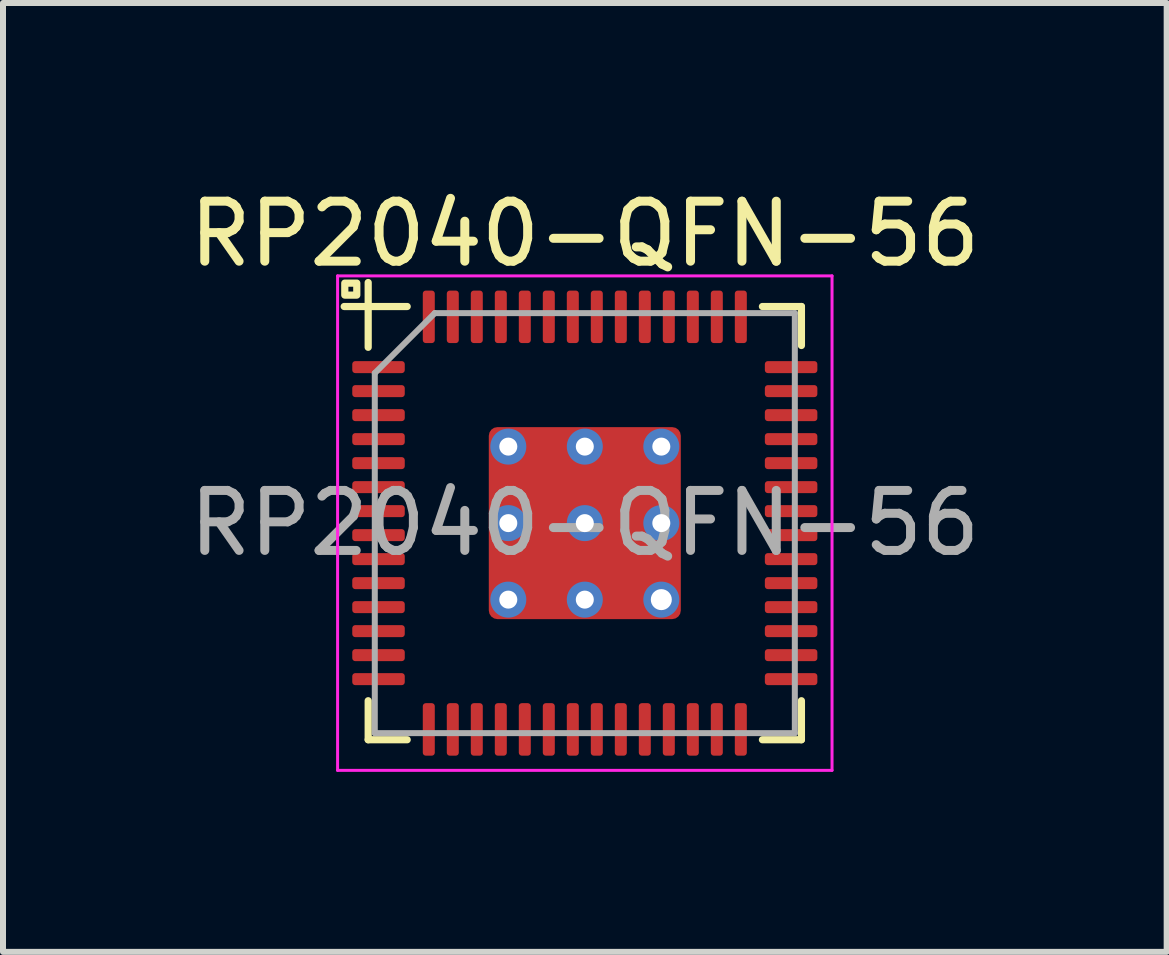
<source format=kicad_pcb>
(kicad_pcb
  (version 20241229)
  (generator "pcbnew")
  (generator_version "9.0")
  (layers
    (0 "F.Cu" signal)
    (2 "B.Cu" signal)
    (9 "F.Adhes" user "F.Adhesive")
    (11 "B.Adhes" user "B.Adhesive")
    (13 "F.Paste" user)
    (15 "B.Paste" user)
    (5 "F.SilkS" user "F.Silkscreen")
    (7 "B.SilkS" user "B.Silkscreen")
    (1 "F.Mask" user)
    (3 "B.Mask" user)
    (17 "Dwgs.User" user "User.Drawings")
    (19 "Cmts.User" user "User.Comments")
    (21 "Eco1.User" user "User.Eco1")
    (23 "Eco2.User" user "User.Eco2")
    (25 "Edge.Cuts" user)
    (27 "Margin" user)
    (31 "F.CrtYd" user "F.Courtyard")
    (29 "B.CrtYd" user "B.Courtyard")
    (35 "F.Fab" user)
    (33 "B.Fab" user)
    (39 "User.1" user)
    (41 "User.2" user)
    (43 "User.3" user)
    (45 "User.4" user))
  (footprint "RP2040-QFN-56"
    (layer "F.Cu")
    (at 6.696 5.668)
    (property "Reference" "RP2040-QFN-56" (at 0 -4.82 0) (layer "F.SilkS") (effects (font (size 1 1) (thickness 0.15))))
    (attr smd)
    (fp_line (start -3.61 -4.01) (end -3.61 -2.93) (stroke (width 0.12) (type solid)) (layer "F.SilkS"))
    (fp_line (start -3.61 3.61) (end -3.61 2.96) (stroke (width 0.12) (type solid)) (layer "F.SilkS"))
    (fp_line (start -2.96 -3.61) (end -4.01 -3.61) (stroke (width 0.12) (type solid)) (layer "F.SilkS"))
    (fp_line (start -2.96 3.61) (end -3.61 3.61) (stroke (width 0.12) (type solid)) (layer "F.SilkS"))
    (fp_line (start 2.96 -3.61) (end 3.61 -3.61) (stroke (width 0.12) (type solid)) (layer "F.SilkS"))
    (fp_line (start 2.96 3.61) (end 3.61 3.61) (stroke (width 0.12) (type solid)) (layer "F.SilkS"))
    (fp_line (start 3.61 -3.61) (end 3.61 -2.96) (stroke (width 0.12) (type solid)) (layer "F.SilkS"))
    (fp_line (start 3.61 3.61) (end 3.61 2.96) (stroke (width 0.12) (type solid)) (layer "F.SilkS"))
    (fp_rect (start -3.8 -3.8) (end -4 -4) (stroke (width 0.12) (type solid)) (fill no) (layer "F.SilkS"))
    (fp_line (start -4.12 -4.12) (end -4.12 4.12) (stroke (width 0.05) (type solid)) (layer "F.CrtYd"))
    (fp_line (start -4.12 4.12) (end 4.12 4.12) (stroke (width 0.05) (type solid)) (layer "F.CrtYd"))
    (fp_line (start 4.12 -4.12) (end -4.12 -4.12) (stroke (width 0.05) (type solid)) (layer "F.CrtYd"))
    (fp_line (start 4.12 4.12) (end 4.12 -4.12) (stroke (width 0.05) (type solid)) (layer "F.CrtYd"))
    (fp_line (start -3.5 -2.5) (end -2.5 -3.5) (stroke (width 0.1) (type solid)) (layer "F.Fab"))
    (fp_line (start -3.5 3.5) (end -3.5 -2.5) (stroke (width 0.1) (type solid)) (layer "F.Fab"))
    (fp_line (start -2.5 -3.5) (end 3.5 -3.5) (stroke (width 0.1) (type solid)) (layer "F.Fab"))
    (fp_line (start 3.5 -3.5) (end 3.5 3.5) (stroke (width 0.1) (type solid)) (layer "F.Fab"))
    (fp_line (start 3.5 3.5) (end -3.5 3.5) (stroke (width 0.1) (type solid)) (layer "F.Fab"))
    (fp_text user "${REFERENCE}" (at 0 0 0) (layer "F.Fab") (effects (font (size 1 1) (thickness 0.15))))
    (pad "" smd roundrect (at -0.637 -0.637) (size 1.084 1.084) (layers "F.Paste") (roundrect_rratio 0.231))
    (pad "" smd roundrect (at -0.637 0.637) (size 1.084 1.084) (layers "F.Paste") (roundrect_rratio 0.231))
    (pad "" smd roundrect (at 0.637 -0.637) (size 1.084 1.084) (layers "F.Paste") (roundrect_rratio 0.231))
    (pad "" smd roundrect (at 0.637 0.637) (size 1.084 1.084) (layers "F.Paste") (roundrect_rratio 0.231))
    (pad "1" smd roundrect (at -3.438 -2.6) (size 0.875 0.2) (layers "F.Cu" "F.Mask" "F.Paste") (roundrect_rratio 0.25))
    (pad "2" smd roundrect (at -3.438 -2.2) (size 0.875 0.2) (layers "F.Cu" "F.Mask" "F.Paste") (roundrect_rratio 0.25))
    (pad "3" smd roundrect (at -3.438 -1.8) (size 0.875 0.2) (layers "F.Cu" "F.Mask" "F.Paste") (roundrect_rratio 0.25))
    (pad "4" smd roundrect (at -3.438 -1.4) (size 0.875 0.2) (layers "F.Cu" "F.Mask" "F.Paste") (roundrect_rratio 0.25))
    (pad "5" smd roundrect (at -3.438 -1) (size 0.875 0.2) (layers "F.Cu" "F.Mask" "F.Paste") (roundrect_rratio 0.25))
    (pad "6" smd roundrect (at -3.438 -0.6) (size 0.875 0.2) (layers "F.Cu" "F.Mask" "F.Paste") (roundrect_rratio 0.25))
    (pad "7" smd roundrect (at -3.438 -0.2) (size 0.875 0.2) (layers "F.Cu" "F.Mask" "F.Paste") (roundrect_rratio 0.25))
    (pad "8" smd roundrect (at -3.438 0.2) (size 0.875 0.2) (layers "F.Cu" "F.Mask" "F.Paste") (roundrect_rratio 0.25))
    (pad "9" smd roundrect (at -3.438 0.6) (size 0.875 0.2) (layers "F.Cu" "F.Mask" "F.Paste") (roundrect_rratio 0.25))
    (pad "10" smd roundrect (at -3.438 1) (size 0.875 0.2) (layers "F.Cu" "F.Mask" "F.Paste") (roundrect_rratio 0.25))
    (pad "11" smd roundrect (at -3.438 1.4) (size 0.875 0.2) (layers "F.Cu" "F.Mask" "F.Paste") (roundrect_rratio 0.25))
    (pad "12" smd roundrect (at -3.438 1.8) (size 0.875 0.2) (layers "F.Cu" "F.Mask" "F.Paste") (roundrect_rratio 0.25))
    (pad "13" smd roundrect (at -3.438 2.2) (size 0.875 0.2) (layers "F.Cu" "F.Mask" "F.Paste") (roundrect_rratio 0.25))
    (pad "14" smd roundrect (at -3.438 2.6) (size 0.875 0.2) (layers "F.Cu" "F.Mask" "F.Paste") (roundrect_rratio 0.25))
    (pad "15" smd roundrect (at -2.6 3.438) (size 0.2 0.875) (layers "F.Cu" "F.Mask" "F.Paste") (roundrect_rratio 0.25))
    (pad "16" smd roundrect (at -2.2 3.438) (size 0.2 0.875) (layers "F.Cu" "F.Mask" "F.Paste") (roundrect_rratio 0.25))
    (pad "17" smd roundrect (at -1.8 3.438) (size 0.2 0.875) (layers "F.Cu" "F.Mask" "F.Paste") (roundrect_rratio 0.25))
    (pad "18" smd roundrect (at -1.4 3.438) (size 0.2 0.875) (layers "F.Cu" "F.Mask" "F.Paste") (roundrect_rratio 0.25))
    (pad "19" smd roundrect (at -1 3.438) (size 0.2 0.875) (layers "F.Cu" "F.Mask" "F.Paste") (roundrect_rratio 0.25))
    (pad "20" smd roundrect (at -0.6 3.438) (size 0.2 0.875) (layers "F.Cu" "F.Mask" "F.Paste") (roundrect_rratio 0.25))
    (pad "21" smd roundrect (at -0.2 3.438) (size 0.2 0.875) (layers "F.Cu" "F.Mask" "F.Paste") (roundrect_rratio 0.25))
    (pad "22" smd roundrect (at 0.2 3.438) (size 0.2 0.875) (layers "F.Cu" "F.Mask" "F.Paste") (roundrect_rratio 0.25))
    (pad "23" smd roundrect (at 0.6 3.438) (size 0.2 0.875) (layers "F.Cu" "F.Mask" "F.Paste") (roundrect_rratio 0.25))
    (pad "24" smd roundrect (at 1 3.438) (size 0.2 0.875) (layers "F.Cu" "F.Mask" "F.Paste") (roundrect_rratio 0.25))
    (pad "25" smd roundrect (at 1.4 3.438) (size 0.2 0.875) (layers "F.Cu" "F.Mask" "F.Paste") (roundrect_rratio 0.25))
    (pad "26" smd roundrect (at 1.8 3.438) (size 0.2 0.875) (layers "F.Cu" "F.Mask" "F.Paste") (roundrect_rratio 0.25))
    (pad "27" smd roundrect (at 2.2 3.438) (size 0.2 0.875) (layers "F.Cu" "F.Mask" "F.Paste") (roundrect_rratio 0.25))
    (pad "28" smd roundrect (at 2.6 3.438) (size 0.2 0.875) (layers "F.Cu" "F.Mask" "F.Paste") (roundrect_rratio 0.25))
    (pad "29" smd roundrect (at 3.438 2.6) (size 0.875 0.2) (layers "F.Cu" "F.Mask" "F.Paste") (roundrect_rratio 0.25))
    (pad "30" smd roundrect (at 3.438 2.2) (size 0.875 0.2) (layers "F.Cu" "F.Mask" "F.Paste") (roundrect_rratio 0.25))
    (pad "31" smd roundrect (at 3.438 1.8) (size 0.875 0.2) (layers "F.Cu" "F.Mask" "F.Paste") (roundrect_rratio 0.25))
    (pad "32" smd roundrect (at 3.438 1.4) (size 0.875 0.2) (layers "F.Cu" "F.Mask" "F.Paste") (roundrect_rratio 0.25))
    (pad "33" smd roundrect (at 3.438 1) (size 0.875 0.2) (layers "F.Cu" "F.Mask" "F.Paste") (roundrect_rratio 0.25))
    (pad "34" smd roundrect (at 3.438 0.6) (size 0.875 0.2) (layers "F.Cu" "F.Mask" "F.Paste") (roundrect_rratio 0.25))
    (pad "35" smd roundrect (at 3.438 0.2) (size 0.875 0.2) (layers "F.Cu" "F.Mask" "F.Paste") (roundrect_rratio 0.25))
    (pad "36" smd roundrect (at 3.438 -0.2) (size 0.875 0.2) (layers "F.Cu" "F.Mask" "F.Paste") (roundrect_rratio 0.25))
    (pad "37" smd roundrect (at 3.438 -0.6) (size 0.875 0.2) (layers "F.Cu" "F.Mask" "F.Paste") (roundrect_rratio 0.25))
    (pad "38" smd roundrect (at 3.438 -1) (size 0.875 0.2) (layers "F.Cu" "F.Mask" "F.Paste") (roundrect_rratio 0.25))
    (pad "39" smd roundrect (at 3.438 -1.4) (size 0.875 0.2) (layers "F.Cu" "F.Mask" "F.Paste") (roundrect_rratio 0.25))
    (pad "40" smd roundrect (at 3.438 -1.8) (size 0.875 0.2) (layers "F.Cu" "F.Mask" "F.Paste") (roundrect_rratio 0.25))
    (pad "41" smd roundrect (at 3.438 -2.2) (size 0.875 0.2) (layers "F.Cu" "F.Mask" "F.Paste") (roundrect_rratio 0.25))
    (pad "42" smd roundrect (at 3.438 -2.6) (size 0.875 0.2) (layers "F.Cu" "F.Mask" "F.Paste") (roundrect_rratio 0.25))
    (pad "43" smd roundrect (at 2.6 -3.438) (size 0.2 0.875) (layers "F.Cu" "F.Mask" "F.Paste") (roundrect_rratio 0.25))
    (pad "44" smd roundrect (at 2.2 -3.438) (size 0.2 0.875) (layers "F.Cu" "F.Mask" "F.Paste") (roundrect_rratio 0.25))
    (pad "45" smd roundrect (at 1.8 -3.438) (size 0.2 0.875) (layers "F.Cu" "F.Mask" "F.Paste") (roundrect_rratio 0.25))
    (pad "46" smd roundrect (at 1.4 -3.438) (size 0.2 0.875) (layers "F.Cu" "F.Mask" "F.Paste") (roundrect_rratio 0.25))
    (pad "47" smd roundrect (at 1 -3.438) (size 0.2 0.875) (layers "F.Cu" "F.Mask" "F.Paste") (roundrect_rratio 0.25))
    (pad "48" smd roundrect (at 0.6 -3.438) (size 0.2 0.875) (layers "F.Cu" "F.Mask" "F.Paste") (roundrect_rratio 0.25))
    (pad "49" smd roundrect (at 0.2 -3.438) (size 0.2 0.875) (layers "F.Cu" "F.Mask" "F.Paste") (roundrect_rratio 0.25))
    (pad "50" smd roundrect (at -0.2 -3.438) (size 0.2 0.875) (layers "F.Cu" "F.Mask" "F.Paste") (roundrect_rratio 0.25))
    (pad "51" smd roundrect (at -0.6 -3.438) (size 0.2 0.875) (layers "F.Cu" "F.Mask" "F.Paste") (roundrect_rratio 0.25))
    (pad "52" smd roundrect (at -1 -3.438) (size 0.2 0.875) (layers "F.Cu" "F.Mask" "F.Paste") (roundrect_rratio 0.25))
    (pad "53" smd roundrect (at -1.4 -3.438) (size 0.2 0.875) (layers "F.Cu" "F.Mask" "F.Paste") (roundrect_rratio 0.25))
    (pad "54" smd roundrect (at -1.8 -3.438) (size 0.2 0.875) (layers "F.Cu" "F.Mask" "F.Paste") (roundrect_rratio 0.25))
    (pad "55" smd roundrect (at -2.2 -3.438) (size 0.2 0.875) (layers "F.Cu" "F.Mask" "F.Paste") (roundrect_rratio 0.25))
    (pad "56" smd roundrect (at -2.6 -3.438) (size 0.2 0.875) (layers "F.Cu" "F.Mask" "F.Paste") (roundrect_rratio 0.25))
    (pad "57" thru_hole circle (at -1.275 -1.275) (size 0.6 0.6) (drill 0.3) (layers "*.Cu"))
    (pad "57" thru_hole circle (at -1.275 0) (size 0.6 0.6) (drill 0.3) (layers "*.Cu"))
    (pad "57" thru_hole circle (at -1.275 1.275) (size 0.6 0.6) (drill 0.3) (layers "*.Cu"))
    (pad "57" thru_hole circle (at 0 -1.275) (size 0.6 0.6) (drill 0.3) (layers "*.Cu"))
    (pad "57" thru_hole circle (at 0 0) (size 0.6 0.6) (drill 0.3) (layers "*.Cu"))
    (pad "57" smd roundrect (at 0 0) (size 3.2 3.2) (layers "F.Cu" "F.Mask") (roundrect_rratio 0.045))
    (pad "57" thru_hole circle (at 0 1.275) (size 0.6 0.6) (drill 0.3) (layers "*.Cu"))
    (pad "57" thru_hole circle (at 1.275 -1.275) (size 0.6 0.6) (drill 0.3) (layers "*.Cu"))
    (pad "57" thru_hole circle (at 1.275 0) (size 0.6 0.6) (drill 0.3) (layers "*.Cu"))
    (pad "57" thru_hole circle (at 1.275 1.275) (size 0.6 0.6) (drill 0.35) (layers "*.Cu")))
  (gr_rect
    (start -3 -3)
    (end 16.393 12.813)
    (stroke (width 0.1) (type default))
    (fill no)
    (layer "Edge.Cuts")))
</source>
